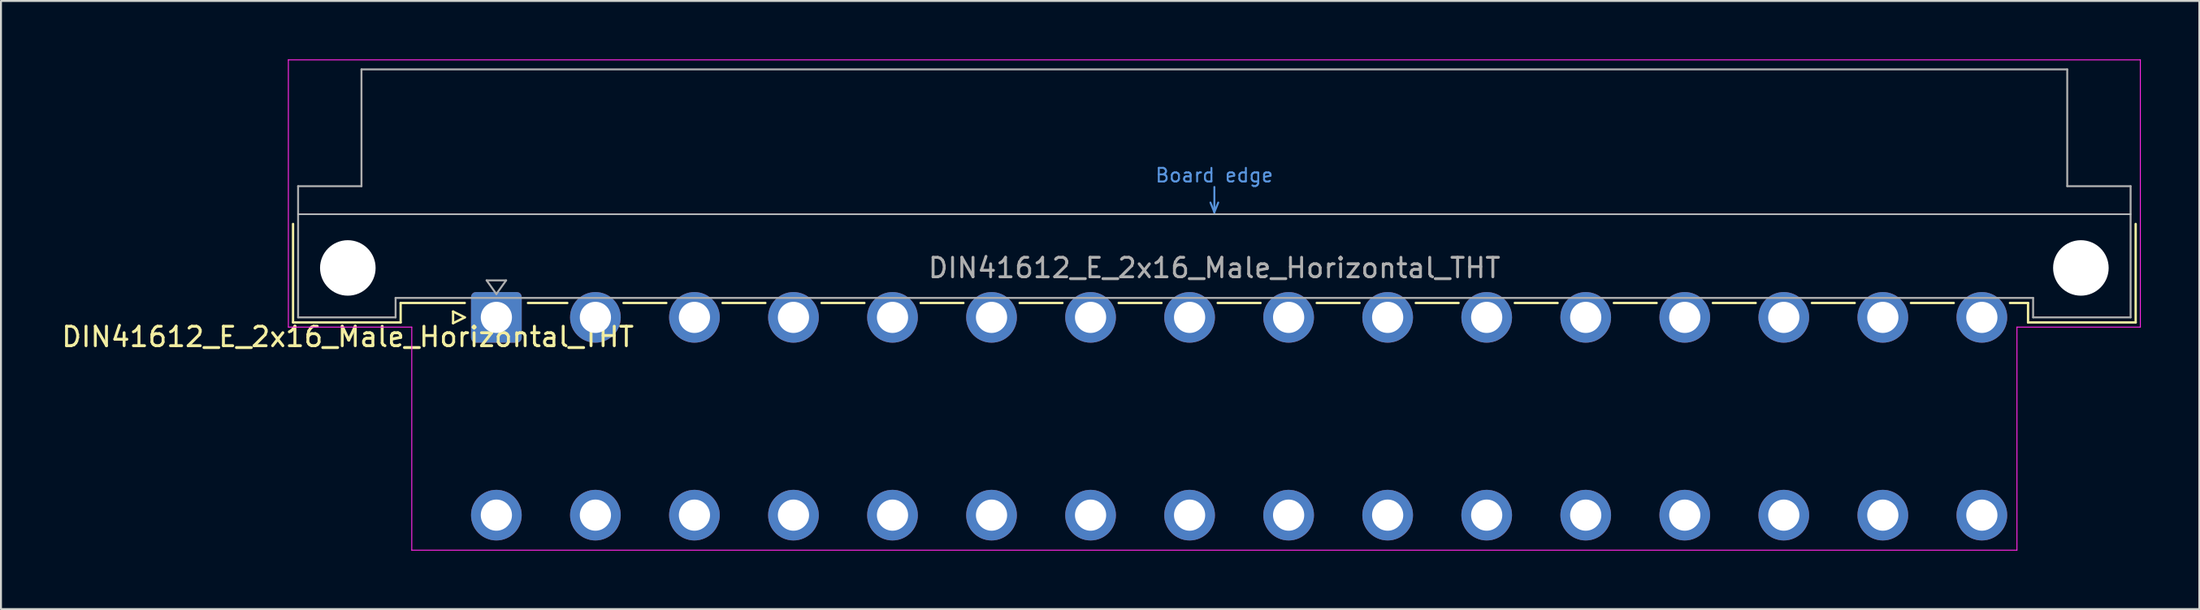
<source format=kicad_pcb>
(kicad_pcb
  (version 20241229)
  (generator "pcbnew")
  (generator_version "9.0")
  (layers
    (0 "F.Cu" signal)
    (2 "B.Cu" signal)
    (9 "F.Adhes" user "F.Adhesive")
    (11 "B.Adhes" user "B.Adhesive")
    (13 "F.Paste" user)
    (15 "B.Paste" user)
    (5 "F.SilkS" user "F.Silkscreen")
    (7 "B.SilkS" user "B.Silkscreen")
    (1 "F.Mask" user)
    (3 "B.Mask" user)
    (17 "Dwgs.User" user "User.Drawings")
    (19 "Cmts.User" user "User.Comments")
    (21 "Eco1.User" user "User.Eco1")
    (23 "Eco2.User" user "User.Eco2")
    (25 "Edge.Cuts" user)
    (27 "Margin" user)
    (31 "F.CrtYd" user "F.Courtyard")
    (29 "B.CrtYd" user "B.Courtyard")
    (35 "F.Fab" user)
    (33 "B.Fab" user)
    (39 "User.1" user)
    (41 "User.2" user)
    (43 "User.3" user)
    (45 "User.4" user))
  (footprint "DIN41612_E_2x16_Male_Horizontal_THT"
    (layer "F.Cu")
    (at 19.872 13.255)
    (property "Reference" "DIN41612_E_2x16_Male_Horizontal_THT" (at -5.08 1 0) (layer "F.SilkS") (effects (font (size 1 1) (thickness 0.15))))
    (attr through_hole)
    (fp_line (start -7.89 -4.8) (end -7.89 0.26) (stroke (width 0.12) (type solid)) (layer "F.SilkS"))
    (fp_line (start -7.89 0.26) (end -2.37 0.26) (stroke (width 0.12) (type solid)) (layer "F.SilkS"))
    (fp_line (start -2.37 -0.74) (end 0.92 -0.74) (stroke (width 0.12) (type solid)) (layer "F.SilkS"))
    (fp_line (start -2.37 0.26) (end -2.37 -0.74) (stroke (width 0.12) (type solid)) (layer "F.SilkS"))
    (fp_line (start 0.32 -0.3) (end 0.32 0.3) (stroke (width 0.12) (type solid)) (layer "F.SilkS"))
    (fp_line (start 0.32 0.3) (end 0.92 0) (stroke (width 0.12) (type solid)) (layer "F.SilkS"))
    (fp_line (start 0.92 0) (end 0.32 -0.3) (stroke (width 0.12) (type solid)) (layer "F.SilkS"))
    (fp_line (start 4.16 -0.74) (end 6.179 -0.74) (stroke (width 0.12) (type solid)) (layer "F.SilkS"))
    (fp_line (start 9.061 -0.74) (end 11.259 -0.74) (stroke (width 0.12) (type solid)) (layer "F.SilkS"))
    (fp_line (start 14.141 -0.74) (end 16.339 -0.74) (stroke (width 0.12) (type solid)) (layer "F.SilkS"))
    (fp_line (start 19.221 -0.74) (end 21.419 -0.74) (stroke (width 0.12) (type solid)) (layer "F.SilkS"))
    (fp_line (start 24.301 -0.74) (end 26.499 -0.74) (stroke (width 0.12) (type solid)) (layer "F.SilkS"))
    (fp_line (start 29.381 -0.74) (end 31.579 -0.74) (stroke (width 0.12) (type solid)) (layer "F.SilkS"))
    (fp_line (start 34.461 -0.74) (end 36.659 -0.74) (stroke (width 0.12) (type solid)) (layer "F.SilkS"))
    (fp_line (start 39.541 -0.74) (end 41.739 -0.74) (stroke (width 0.12) (type solid)) (layer "F.SilkS"))
    (fp_line (start 44.621 -0.74) (end 46.819 -0.74) (stroke (width 0.12) (type solid)) (layer "F.SilkS"))
    (fp_line (start 49.701 -0.74) (end 51.899 -0.74) (stroke (width 0.12) (type solid)) (layer "F.SilkS"))
    (fp_line (start 54.781 -0.74) (end 56.979 -0.74) (stroke (width 0.12) (type solid)) (layer "F.SilkS"))
    (fp_line (start 59.861 -0.74) (end 62.059 -0.74) (stroke (width 0.12) (type solid)) (layer "F.SilkS"))
    (fp_line (start 64.941 -0.74) (end 67.139 -0.74) (stroke (width 0.12) (type solid)) (layer "F.SilkS"))
    (fp_line (start 70.021 -0.74) (end 72.219 -0.74) (stroke (width 0.12) (type solid)) (layer "F.SilkS"))
    (fp_line (start 75.101 -0.74) (end 77.299 -0.74) (stroke (width 0.12) (type solid)) (layer "F.SilkS"))
    (fp_line (start 80.181 -0.74) (end 81.11 -0.74) (stroke (width 0.12) (type solid)) (layer "F.SilkS"))
    (fp_line (start 81.11 0.26) (end 81.11 -0.74) (stroke (width 0.12) (type solid)) (layer "F.SilkS"))
    (fp_line (start 86.63 -4.8) (end 86.63 0.26) (stroke (width 0.12) (type solid)) (layer "F.SilkS"))
    (fp_line (start 86.63 0.26) (end 81.11 0.26) (stroke (width 0.12) (type solid)) (layer "F.SilkS"))
    (fp_line (start -7.63 -5.3) (end 86.37 -5.3) (stroke (width 0.08) (type solid)) (layer "Dwgs.User"))
    (fp_line (start 39.17 -5.9) (end 39.37 -5.4) (stroke (width 0.1) (type solid)) (layer "Cmts.User"))
    (fp_line (start 39.37 -5.4) (end 39.37 -6.7) (stroke (width 0.1) (type solid)) (layer "Cmts.User"))
    (fp_line (start 39.37 -5.4) (end 39.57 -5.9) (stroke (width 0.1) (type solid)) (layer "Cmts.User"))
    (fp_line (start -8.13 -13.23) (end -8.13 0.5) (stroke (width 0.05) (type solid)) (layer "F.CrtYd"))
    (fp_line (start -8.13 0.5) (end -1.8 0.5) (stroke (width 0.05) (type solid)) (layer "F.CrtYd"))
    (fp_line (start -1.8 0.5) (end -1.8 11.96) (stroke (width 0.05) (type solid)) (layer "F.CrtYd"))
    (fp_line (start -1.8 11.96) (end 80.54 11.96) (stroke (width 0.05) (type solid)) (layer "F.CrtYd"))
    (fp_line (start 80.54 0.5) (end 86.87 0.5) (stroke (width 0.05) (type solid)) (layer "F.CrtYd"))
    (fp_line (start 80.54 11.96) (end 80.54 0.5) (stroke (width 0.05) (type solid)) (layer "F.CrtYd"))
    (fp_line (start 86.87 -13.23) (end -8.13 -13.23) (stroke (width 0.05) (type solid)) (layer "F.CrtYd"))
    (fp_line (start 86.87 0.5) (end 86.87 -13.23) (stroke (width 0.05) (type solid)) (layer "F.CrtYd"))
    (fp_line (start -7.63 -6.74) (end -7.63 0) (stroke (width 0.1) (type solid)) (layer "F.Fab"))
    (fp_line (start -7.63 0) (end -2.63 0) (stroke (width 0.1) (type solid)) (layer "F.Fab"))
    (fp_line (start -4.38 -12.74) (end -4.38 -6.74) (stroke (width 0.1) (type solid)) (layer "F.Fab"))
    (fp_line (start -4.38 -6.74) (end -7.63 -6.74) (stroke (width 0.1) (type solid)) (layer "F.Fab"))
    (fp_line (start -2.63 -1) (end 81.37 -1) (stroke (width 0.1) (type solid)) (layer "F.Fab"))
    (fp_line (start -2.63 0) (end -2.63 -1) (stroke (width 0.1) (type solid)) (layer "F.Fab"))
    (fp_line (start 2.04 -1.9) (end 3.04 -1.9) (stroke (width 0.1) (type solid)) (layer "F.Fab"))
    (fp_line (start 2.54 -1.2) (end 2.04 -1.9) (stroke (width 0.1) (type solid)) (layer "F.Fab"))
    (fp_line (start 3.04 -1.9) (end 2.54 -1.2) (stroke (width 0.1) (type solid)) (layer "F.Fab"))
    (fp_line (start 81.37 -1) (end 81.37 0) (stroke (width 0.1) (type solid)) (layer "F.Fab"))
    (fp_line (start 81.37 0) (end 86.37 0) (stroke (width 0.1) (type solid)) (layer "F.Fab"))
    (fp_line (start 83.12 -12.74) (end -4.38 -12.74) (stroke (width 0.1) (type solid)) (layer "F.Fab"))
    (fp_line (start 83.12 -6.74) (end 83.12 -12.74) (stroke (width 0.1) (type solid)) (layer "F.Fab"))
    (fp_line (start 86.37 -6.74) (end 83.12 -6.74) (stroke (width 0.1) (type solid)) (layer "F.Fab"))
    (fp_line (start 86.37 0) (end 86.37 -6.74) (stroke (width 0.1) (type solid)) (layer "F.Fab"))
    (fp_text user "Board edge" (at 39.37 -7.3 0) (layer "Cmts.User") (effects (font (size 0.7 0.7) (thickness 0.1))))
    (fp_text user "${REFERENCE}" (at 39.37 -2.54 0) (layer "F.Fab") (effects (font (size 1 1) (thickness 0.15))))
    (pad "" np_thru_hole circle (at -5.08 -2.54) (size 2.85 2.85) (drill 2.85) (layers "*.Cu" "*.Mask"))
    (pad "" np_thru_hole circle (at 83.82 -2.54) (size 2.85 2.85) (drill 2.85) (layers "*.Cu" "*.Mask"))
    (pad "a2" thru_hole roundrect (at 2.54 0) (size 2.6 2.6) (drill 1.6) (layers "*.Cu" "*.Mask") (roundrect_rratio 0.096))
    (pad "a4" thru_hole circle (at 7.62 0) (size 2.6 2.6) (drill 1.6) (layers "*.Cu" "*.Mask"))
    (pad "a6" thru_hole circle (at 12.7 0) (size 2.6 2.6) (drill 1.6) (layers "*.Cu" "*.Mask"))
    (pad "a8" thru_hole circle (at 17.78 0) (size 2.6 2.6) (drill 1.6) (layers "*.Cu" "*.Mask"))
    (pad "a10" thru_hole circle (at 22.86 0) (size 2.6 2.6) (drill 1.6) (layers "*.Cu" "*.Mask"))
    (pad "a12" thru_hole circle (at 27.94 0) (size 2.6 2.6) (drill 1.6) (layers "*.Cu" "*.Mask"))
    (pad "a14" thru_hole circle (at 33.02 0) (size 2.6 2.6) (drill 1.6) (layers "*.Cu" "*.Mask"))
    (pad "a16" thru_hole circle (at 38.1 0) (size 2.6 2.6) (drill 1.6) (layers "*.Cu" "*.Mask"))
    (pad "a18" thru_hole circle (at 43.18 0) (size 2.6 2.6) (drill 1.6) (layers "*.Cu" "*.Mask"))
    (pad "a20" thru_hole circle (at 48.26 0) (size 2.6 2.6) (drill 1.6) (layers "*.Cu" "*.Mask"))
    (pad "a22" thru_hole circle (at 53.34 0) (size 2.6 2.6) (drill 1.6) (layers "*.Cu" "*.Mask"))
    (pad "a24" thru_hole circle (at 58.42 0) (size 2.6 2.6) (drill 1.6) (layers "*.Cu" "*.Mask"))
    (pad "a26" thru_hole circle (at 63.5 0) (size 2.6 2.6) (drill 1.6) (layers "*.Cu" "*.Mask"))
    (pad "a28" thru_hole circle (at 68.58 0) (size 2.6 2.6) (drill 1.6) (layers "*.Cu" "*.Mask"))
    (pad "a30" thru_hole circle (at 73.66 0) (size 2.6 2.6) (drill 1.6) (layers "*.Cu" "*.Mask"))
    (pad "a32" thru_hole circle (at 78.74 0) (size 2.6 2.6) (drill 1.6) (layers "*.Cu" "*.Mask"))
    (pad "e2" thru_hole circle (at 2.54 10.16) (size 2.6 2.6) (drill 1.6) (layers "*.Cu" "*.Mask"))
    (pad "e4" thru_hole circle (at 7.62 10.16) (size 2.6 2.6) (drill 1.6) (layers "*.Cu" "*.Mask"))
    (pad "e6" thru_hole circle (at 12.7 10.16) (size 2.6 2.6) (drill 1.6) (layers "*.Cu" "*.Mask"))
    (pad "e8" thru_hole circle (at 17.78 10.16) (size 2.6 2.6) (drill 1.6) (layers "*.Cu" "*.Mask"))
    (pad "e10" thru_hole circle (at 22.86 10.16) (size 2.6 2.6) (drill 1.6) (layers "*.Cu" "*.Mask"))
    (pad "e12" thru_hole circle (at 27.94 10.16) (size 2.6 2.6) (drill 1.6) (layers "*.Cu" "*.Mask"))
    (pad "e14" thru_hole circle (at 33.02 10.16) (size 2.6 2.6) (drill 1.6) (layers "*.Cu" "*.Mask"))
    (pad "e16" thru_hole circle (at 38.1 10.16) (size 2.6 2.6) (drill 1.6) (layers "*.Cu" "*.Mask"))
    (pad "e18" thru_hole circle (at 43.18 10.16) (size 2.6 2.6) (drill 1.6) (layers "*.Cu" "*.Mask"))
    (pad "e20" thru_hole circle (at 48.26 10.16) (size 2.6 2.6) (drill 1.6) (layers "*.Cu" "*.Mask"))
    (pad "e22" thru_hole circle (at 53.34 10.16) (size 2.6 2.6) (drill 1.6) (layers "*.Cu" "*.Mask"))
    (pad "e24" thru_hole circle (at 58.42 10.16) (size 2.6 2.6) (drill 1.6) (layers "*.Cu" "*.Mask"))
    (pad "e26" thru_hole circle (at 63.5 10.16) (size 2.6 2.6) (drill 1.6) (layers "*.Cu" "*.Mask"))
    (pad "e28" thru_hole circle (at 68.58 10.16) (size 2.6 2.6) (drill 1.6) (layers "*.Cu" "*.Mask"))
    (pad "e30" thru_hole circle (at 73.66 10.16) (size 2.6 2.6) (drill 1.6) (layers "*.Cu" "*.Mask"))
    (pad "e32" thru_hole circle (at 78.74 10.16) (size 2.6 2.6) (drill 1.6) (layers "*.Cu" "*.Mask")))
  (gr_rect
    (start -3 -3)
    (end 109.767 28.24)
    (stroke (width 0.1) (type default))
    (fill no)
    (layer "Edge.Cuts")))
</source>
